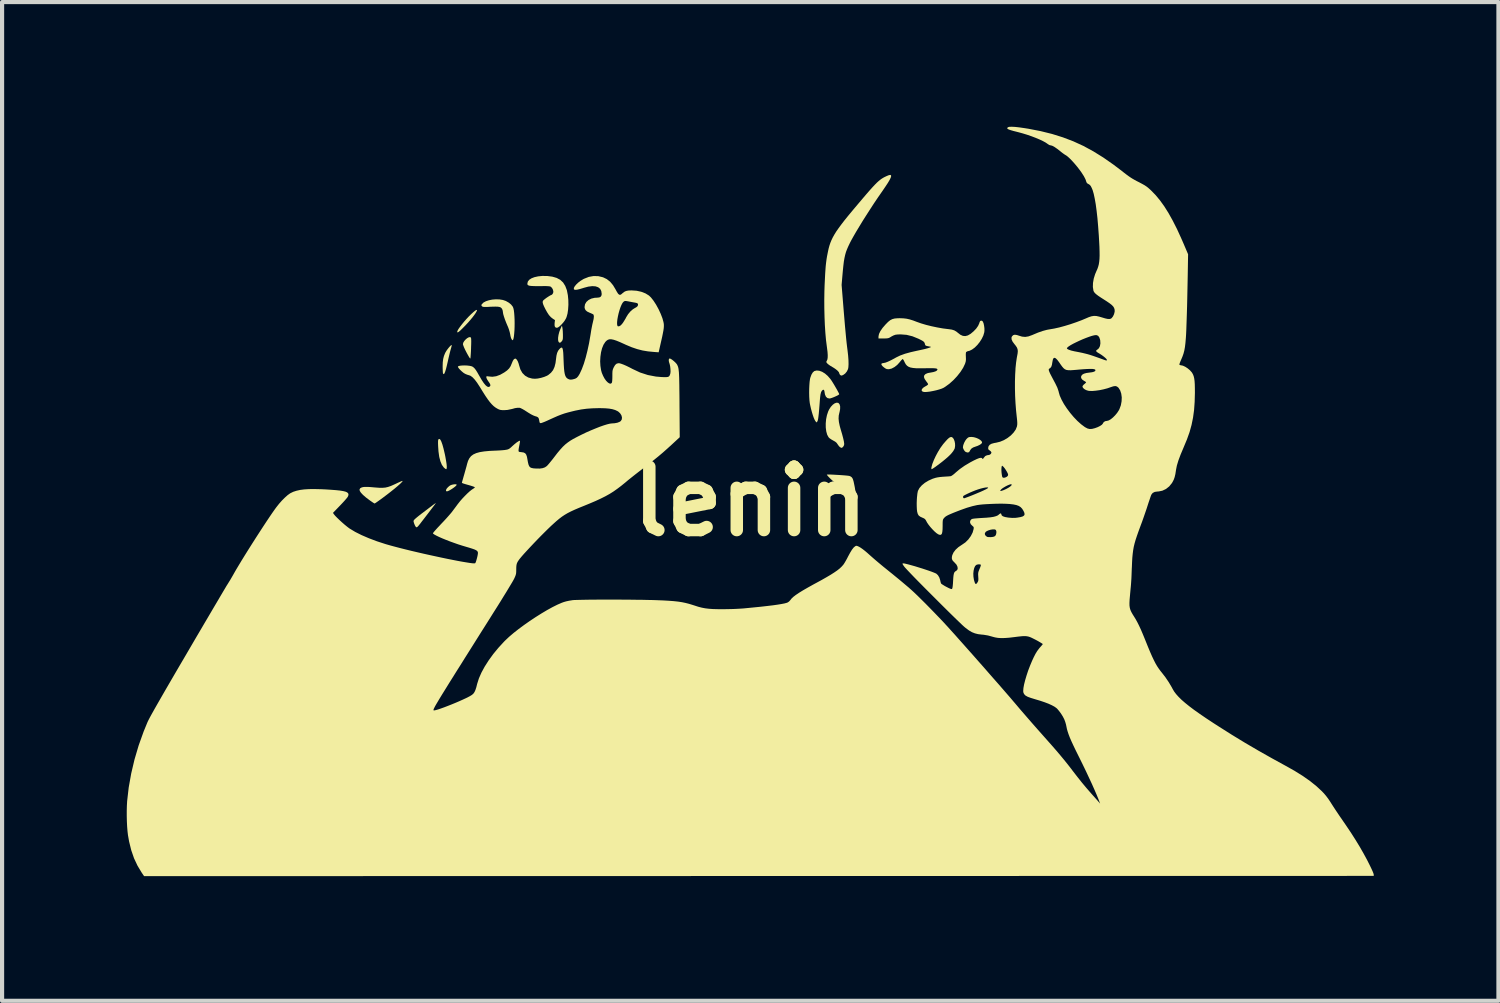
<source format=kicad_pcb>
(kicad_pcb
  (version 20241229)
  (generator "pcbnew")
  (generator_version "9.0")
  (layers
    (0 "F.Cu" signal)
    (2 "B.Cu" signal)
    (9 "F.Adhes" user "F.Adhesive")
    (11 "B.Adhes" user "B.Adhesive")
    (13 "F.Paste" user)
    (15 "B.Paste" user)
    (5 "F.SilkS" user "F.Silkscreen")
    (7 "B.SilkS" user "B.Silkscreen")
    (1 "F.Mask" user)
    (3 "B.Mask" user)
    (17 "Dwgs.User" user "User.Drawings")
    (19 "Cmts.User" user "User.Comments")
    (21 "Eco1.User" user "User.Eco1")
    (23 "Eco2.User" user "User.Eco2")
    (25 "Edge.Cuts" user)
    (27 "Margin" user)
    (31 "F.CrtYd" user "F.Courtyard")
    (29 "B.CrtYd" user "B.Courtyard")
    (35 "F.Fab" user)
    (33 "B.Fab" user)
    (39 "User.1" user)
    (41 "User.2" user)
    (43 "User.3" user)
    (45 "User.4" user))
  (footprint "lenin"
    (layer "F.Cu")
    (at 15.005 9.015)
    (property "Reference" "lenin" (at 0 0 0) (layer "F.SilkS") (effects (font (size 1.524 1.524) (thickness 0.3))))
    (attr board_only exclude_from_pos_files exclude_from_bom)
    (fp_poly (pts (xy -7.077 -0.41) (xy -7.066 -0.402) (xy -7.066 -0.401) (xy -7.076 -0.383) (xy -7.103 -0.357) (xy -7.142 -0.327) (xy -7.186 -0.297) (xy -7.231 -0.27) (xy -7.272 -0.25) (xy -7.288 -0.244) (xy -7.314 -0.243) (xy -7.324 -0.256) (xy -7.321 -0.28) (xy -7.303 -0.312) (xy -7.272 -0.346) (xy -7.236 -0.376) (xy -7.216 -0.388) (xy -7.181 -0.401) (xy -7.142 -0.409) (xy -7.105 -0.413)) (stroke (width 0) (type solid)) (fill yes) (layer "F.SilkS"))
    (fp_poly (pts (xy -4.523 -4.183) (xy -4.518 -4.148) (xy -4.513 -4.097) (xy -4.511 -4.039) (xy -4.51 -4.012) (xy -4.51 -3.954) (xy -4.512 -3.914) (xy -4.518 -3.887) (xy -4.528 -3.866) (xy -4.535 -3.856) (xy -4.565 -3.825) (xy -4.591 -3.818) (xy -4.612 -3.835) (xy -4.615 -3.84) (xy -4.626 -3.881) (xy -4.626 -3.938) (xy -4.616 -4.005) (xy -4.598 -4.077) (xy -4.577 -4.133) (xy -4.534 -4.232)) (stroke (width 0) (type solid)) (fill yes) (layer "F.SilkS"))
    (fp_poly (pts (xy -7.457 -1.482) (xy -7.434 -1.436) (xy -7.409 -1.366) (xy -7.383 -1.272) (xy -7.355 -1.153) (xy -7.341 -1.087) (xy -7.322 -0.981) (xy -7.309 -0.897) (xy -7.304 -0.834) (xy -7.307 -0.793) (xy -7.316 -0.776) (xy -7.32 -0.775) (xy -7.338 -0.784) (xy -7.364 -0.805) (xy -7.376 -0.816) (xy -7.422 -0.879) (xy -7.458 -0.965) (xy -7.486 -1.072) (xy -7.504 -1.202) (xy -7.512 -1.32) (xy -7.515 -1.388) (xy -7.515 -1.436) (xy -7.513 -1.467) (xy -7.509 -1.486) (xy -7.501 -1.497) (xy -7.499 -1.499) (xy -7.479 -1.503)) (stroke (width 0) (type solid)) (fill yes) (layer "F.SilkS"))
    (fp_poly (pts (xy -6.578 -4.596) (xy -6.588 -4.571) (xy -6.608 -4.536) (xy -6.638 -4.492) (xy -6.677 -4.44) (xy -6.725 -4.381) (xy -6.78 -4.317) (xy -6.842 -4.25) (xy -6.885 -4.205) (xy -6.944 -4.146) (xy -6.988 -4.104) (xy -7.019 -4.079) (xy -7.039 -4.067) (xy -7.05 -4.069) (xy -7.053 -4.083) (xy -7.053 -4.084) (xy -7.045 -4.109) (xy -7.022 -4.15) (xy -6.986 -4.201) (xy -6.94 -4.261) (xy -6.888 -4.325) (xy -6.831 -4.39) (xy -6.772 -4.453) (xy -6.721 -4.503) (xy -6.664 -4.555) (xy -6.623 -4.589) (xy -6.595 -4.606) (xy -6.58 -4.608)) (stroke (width 0) (type solid)) (fill yes) (layer "F.SilkS"))
    (fp_poly (pts (xy -6.73 -3.948) (xy -6.724 -3.939) (xy -6.719 -3.922) (xy -6.717 -3.894) (xy -6.716 -3.851) (xy -6.717 -3.79) (xy -6.72 -3.708) (xy -6.72 -3.69) (xy -6.723 -3.614) (xy -6.727 -3.547) (xy -6.731 -3.493) (xy -6.734 -3.455) (xy -6.738 -3.437) (xy -6.738 -3.437) (xy -6.747 -3.444) (xy -6.765 -3.469) (xy -6.789 -3.51) (xy -6.818 -3.562) (xy -6.832 -3.588) (xy -6.865 -3.653) (xy -6.891 -3.71) (xy -6.908 -3.755) (xy -6.916 -3.783) (xy -6.916 -3.785) (xy -6.907 -3.821) (xy -6.884 -3.859) (xy -6.852 -3.895) (xy -6.816 -3.926) (xy -6.779 -3.947) (xy -6.747 -3.954)) (stroke (width 0) (type solid)) (fill yes) (layer "F.SilkS"))
    (fp_poly (pts (xy 5.378 -1.545) (xy 5.434 -1.529) (xy 5.486 -1.507) (xy 5.53 -1.48) (xy 5.562 -1.451) (xy 5.575 -1.422) (xy 5.573 -1.408) (xy 5.554 -1.384) (xy 5.516 -1.359) (xy 5.465 -1.335) (xy 5.421 -1.32) (xy 5.361 -1.298) (xy 5.32 -1.271) (xy 5.292 -1.236) (xy 5.284 -1.219) (xy 5.263 -1.186) (xy 5.232 -1.176) (xy 5.19 -1.187) (xy 5.181 -1.191) (xy 5.157 -1.212) (xy 5.134 -1.247) (xy 5.118 -1.284) (xy 5.115 -1.303) (xy 5.123 -1.352) (xy 5.144 -1.409) (xy 5.173 -1.463) (xy 5.201 -1.501) (xy 5.23 -1.529) (xy 5.254 -1.544) (xy 5.283 -1.55) (xy 5.323 -1.551)) (stroke (width 0) (type solid)) (fill yes) (layer "F.SilkS"))
    (fp_poly (pts (xy -7.187 -3.764) (xy -7.186 -3.749) (xy -7.193 -3.718) (xy -7.205 -3.676) (xy -7.205 -3.676) (xy -7.216 -3.637) (xy -7.231 -3.579) (xy -7.248 -3.508) (xy -7.266 -3.432) (xy -7.278 -3.376) (xy -7.303 -3.268) (xy -7.324 -3.184) (xy -7.343 -3.123) (xy -7.359 -3.083) (xy -7.373 -3.064) (xy -7.385 -3.065) (xy -7.396 -3.084) (xy -7.399 -3.104) (xy -7.401 -3.143) (xy -7.403 -3.195) (xy -7.404 -3.25) (xy -7.401 -3.348) (xy -7.391 -3.428) (xy -7.373 -3.498) (xy -7.346 -3.566) (xy -7.334 -3.589) (xy -7.314 -3.623) (xy -7.287 -3.661) (xy -7.257 -3.699) (xy -7.228 -3.732) (xy -7.204 -3.755) (xy -7.189 -3.764)) (stroke (width 0) (type solid)) (fill yes) (layer "F.SilkS"))
    (fp_poly (pts (xy 4.841 -1.549) (xy 4.87 -1.533) (xy 4.895 -1.498) (xy 4.914 -1.449) (xy 4.925 -1.394) (xy 4.927 -1.336) (xy 4.919 -1.282) (xy 4.914 -1.267) (xy 4.883 -1.211) (xy 4.83 -1.145) (xy 4.756 -1.072) (xy 4.691 -1.016) (xy 4.629 -0.965) (xy 4.566 -0.916) (xy 4.506 -0.871) (xy 4.452 -0.831) (xy 4.408 -0.801) (xy 4.376 -0.781) (xy 4.362 -0.775) (xy 4.355 -0.786) (xy 4.357 -0.816) (xy 4.358 -0.821) (xy 4.379 -0.901) (xy 4.415 -0.993) (xy 4.461 -1.092) (xy 4.515 -1.192) (xy 4.573 -1.287) (xy 4.634 -1.371) (xy 4.652 -1.393) (xy 4.706 -1.455) (xy 4.747 -1.499) (xy 4.78 -1.528) (xy 4.806 -1.544) (xy 4.829 -1.549)) (stroke (width 0) (type solid)) (fill yes) (layer "F.SilkS"))
    (fp_poly (pts (xy -7.569 0.043) (xy -7.574 0.05) (xy -7.612 0.101) (xy -7.658 0.162) (xy -7.708 0.228) (xy -7.761 0.297) (xy -7.814 0.366) (xy -7.864 0.431) (xy -7.909 0.489) (xy -7.946 0.538) (xy -7.974 0.572) (xy -7.989 0.59) (xy -7.989 0.591) (xy -8.015 0.616) (xy -8.032 0.624) (xy -8.047 0.615) (xy -8.052 0.609) (xy -8.071 0.577) (xy -8.089 0.534) (xy -8.102 0.492) (xy -8.104 0.471) (xy -8.1 0.459) (xy -8.088 0.442) (xy -8.066 0.42) (xy -8.03 0.389) (xy -7.98 0.348) (xy -7.913 0.296) (xy -7.859 0.255) (xy -7.773 0.19) (xy -7.705 0.138) (xy -7.653 0.099) (xy -7.616 0.071) (xy -7.59 0.053) (xy -7.575 0.043) (xy -7.569 0.04)) (stroke (width 0) (type solid)) (fill yes) (layer "F.SilkS"))
    (fp_poly (pts (xy 1.942 -0.646) (xy 2.005 -0.643) (xy 2.075 -0.639) (xy 2.147 -0.635) (xy 2.217 -0.63) (xy 2.281 -0.625) (xy 2.333 -0.62) (xy 2.37 -0.615) (xy 2.386 -0.612) (xy 2.415 -0.599) (xy 2.438 -0.582) (xy 2.456 -0.559) (xy 2.471 -0.525) (xy 2.485 -0.476) (xy 2.499 -0.41) (xy 2.514 -0.335) (xy 2.522 -0.283) (xy 2.527 -0.243) (xy 2.528 -0.218) (xy 2.526 -0.213) (xy 2.515 -0.221) (xy 2.49 -0.245) (xy 2.457 -0.28) (xy 2.428 -0.312) (xy 2.374 -0.368) (xy 2.329 -0.405) (xy 2.287 -0.427) (xy 2.243 -0.435) (xy 2.192 -0.433) (xy 2.187 -0.432) (xy 2.129 -0.429) (xy 2.078 -0.439) (xy 2.028 -0.462) (xy 1.973 -0.503) (xy 1.927 -0.546) (xy 1.889 -0.584) (xy 1.86 -0.616) (xy 1.843 -0.638) (xy 1.841 -0.644) (xy 1.856 -0.647) (xy 1.891 -0.647)) (stroke (width 0) (type solid)) (fill yes) (layer "F.SilkS"))
    (fp_poly (pts (xy -8.368 -0.494) (xy -8.372 -0.48) (xy -8.395 -0.454) (xy -8.435 -0.415) (xy -8.492 -0.365) (xy -8.563 -0.305) (xy -8.592 -0.282) (xy -8.651 -0.235) (xy -8.715 -0.185) (xy -8.782 -0.134) (xy -8.847 -0.085) (xy -8.907 -0.041) (xy -8.96 -0.003) (xy -9.003 0.027) (xy -9.031 0.045) (xy -9.042 0.05) (xy -9.056 0.043) (xy -9.085 0.025) (xy -9.124 -0.002) (xy -9.15 -0.02) (xy -9.246 -0.092) (xy -9.319 -0.155) (xy -9.369 -0.208) (xy -9.398 -0.252) (xy -9.404 -0.288) (xy -9.388 -0.316) (xy -9.361 -0.332) (xy -9.334 -0.341) (xy -9.303 -0.347) (xy -9.262 -0.349) (xy -9.209 -0.349) (xy -9.139 -0.345) (xy -9.05 -0.337) (xy -9.026 -0.335) (xy -8.93 -0.328) (xy -8.851 -0.327) (xy -8.782 -0.333) (xy -8.717 -0.348) (xy -8.648 -0.372) (xy -8.569 -0.407) (xy -8.532 -0.424) (xy -8.475 -0.451) (xy -8.426 -0.473) (xy -8.39 -0.488) (xy -8.37 -0.494)) (stroke (width 0) (type solid)) (fill yes) (layer "F.SilkS"))
    (fp_poly (pts (xy 2.11 -2.372) (xy 2.121 -2.367) (xy 2.148 -2.334) (xy 2.161 -2.285) (xy 2.16 -2.221) (xy 2.146 -2.148) (xy 2.143 -2.138) (xy 2.127 -2.067) (xy 2.123 -1.993) (xy 2.131 -1.911) (xy 2.151 -1.815) (xy 2.175 -1.729) (xy 2.208 -1.618) (xy 2.233 -1.523) (xy 2.25 -1.448) (xy 2.258 -1.393) (xy 2.256 -1.359) (xy 2.256 -1.358) (xy 2.241 -1.326) (xy 2.218 -1.3) (xy 2.197 -1.288) (xy 2.196 -1.288) (xy 2.176 -1.295) (xy 2.155 -1.307) (xy 2.132 -1.33) (xy 2.107 -1.364) (xy 2.099 -1.376) (xy 2.075 -1.41) (xy 2.041 -1.438) (xy 1.991 -1.466) (xy 1.946 -1.492) (xy 1.906 -1.52) (xy 1.882 -1.544) (xy 1.849 -1.605) (xy 1.827 -1.684) (xy 1.815 -1.776) (xy 1.814 -1.875) (xy 1.823 -1.976) (xy 1.843 -2.074) (xy 1.873 -2.165) (xy 1.897 -2.215) (xy 1.936 -2.275) (xy 1.981 -2.324) (xy 2.027 -2.358) (xy 2.071 -2.375)) (stroke (width 0) (type solid)) (fill yes) (layer "F.SilkS"))
    (fp_poly (pts (xy -6.035 -4.86) (xy -5.954 -4.847) (xy -5.884 -4.823) (xy -5.815 -4.784) (xy -5.758 -4.738) (xy -5.718 -4.688) (xy -5.703 -4.653) (xy -5.691 -4.6) (xy -5.683 -4.534) (xy -5.677 -4.457) (xy -5.673 -4.373) (xy -5.672 -4.286) (xy -5.673 -4.199) (xy -5.676 -4.115) (xy -5.682 -4.039) (xy -5.689 -3.973) (xy -5.698 -3.922) (xy -5.709 -3.889) (xy -5.722 -3.877) (xy -5.722 -3.877) (xy -5.732 -3.886) (xy -5.747 -3.907) (xy -5.759 -3.935) (xy -5.771 -3.978) (xy -5.779 -4.023) (xy -5.791 -4.077) (xy -5.81 -4.141) (xy -5.833 -4.203) (xy -5.836 -4.208) (xy -5.873 -4.295) (xy -5.905 -4.377) (xy -5.929 -4.448) (xy -5.946 -4.506) (xy -5.953 -4.546) (xy -5.953 -4.55) (xy -5.959 -4.591) (xy -5.971 -4.626) (xy -5.987 -4.65) (xy -6.008 -4.668) (xy -6.038 -4.679) (xy -6.081 -4.686) (xy -6.14 -4.687) (xy -6.219 -4.685) (xy -6.251 -4.684) (xy -6.323 -4.68) (xy -6.375 -4.679) (xy -6.411 -4.68) (xy -6.434 -4.683) (xy -6.448 -4.689) (xy -6.458 -4.696) (xy -6.472 -4.715) (xy -6.468 -4.735) (xy -6.462 -4.744) (xy -6.423 -4.784) (xy -6.364 -4.816) (xy -6.291 -4.84) (xy -6.209 -4.856) (xy -6.122 -4.863)) (stroke (width 0) (type solid)) (fill yes) (layer "F.SilkS"))
    (fp_poly (pts (xy 1.658 -3.144) (xy 1.727 -3.119) (xy 1.797 -3.076) (xy 1.865 -3.016) (xy 1.929 -2.942) (xy 1.932 -2.937) (xy 1.956 -2.903) (xy 1.985 -2.857) (xy 2.018 -2.803) (xy 2.051 -2.746) (xy 2.083 -2.691) (xy 2.109 -2.642) (xy 2.129 -2.605) (xy 2.138 -2.582) (xy 2.139 -2.579) (xy 2.128 -2.568) (xy 2.099 -2.55) (xy 2.059 -2.531) (xy 2.014 -2.511) (xy 1.968 -2.493) (xy 1.93 -2.481) (xy 1.904 -2.476) (xy 1.855 -2.487) (xy 1.819 -2.519) (xy 1.796 -2.572) (xy 1.79 -2.604) (xy 1.782 -2.653) (xy 1.773 -2.68) (xy 1.761 -2.688) (xy 1.743 -2.682) (xy 1.741 -2.681) (xy 1.718 -2.659) (xy 1.7 -2.623) (xy 1.687 -2.57) (xy 1.678 -2.496) (xy 1.674 -2.451) (xy 1.664 -2.316) (xy 1.655 -2.205) (xy 1.647 -2.115) (xy 1.639 -2.045) (xy 1.632 -1.993) (xy 1.625 -1.958) (xy 1.62 -1.943) (xy 1.607 -1.915) (xy 1.597 -1.901) (xy 1.596 -1.901) (xy 1.585 -1.91) (xy 1.566 -1.931) (xy 1.564 -1.934) (xy 1.546 -1.966) (xy 1.524 -2.017) (xy 1.501 -2.083) (xy 1.479 -2.157) (xy 1.458 -2.235) (xy 1.441 -2.311) (xy 1.43 -2.366) (xy 1.422 -2.436) (xy 1.417 -2.52) (xy 1.415 -2.612) (xy 1.416 -2.706) (xy 1.42 -2.796) (xy 1.426 -2.877) (xy 1.435 -2.942) (xy 1.442 -2.973) (xy 1.469 -3.048) (xy 1.502 -3.103) (xy 1.538 -3.135) (xy 1.539 -3.136) (xy 1.595 -3.15)) (stroke (width 0) (type solid)) (fill yes) (layer "F.SilkS"))
    (fp_poly (pts (xy -4.897 -5.424) (xy -4.888 -5.424) (xy -4.765 -5.408) (xy -4.661 -5.378) (xy -4.575 -5.332) (xy -4.506 -5.268) (xy -4.454 -5.185) (xy -4.415 -5.083) (xy -4.391 -4.961) (xy -4.38 -4.846) (xy -4.378 -4.73) (xy -4.385 -4.62) (xy -4.399 -4.521) (xy -4.422 -4.437) (xy -4.437 -4.402) (xy -4.464 -4.355) (xy -4.501 -4.305) (xy -4.542 -4.259) (xy -4.584 -4.218) (xy -4.622 -4.19) (xy -4.652 -4.177) (xy -4.656 -4.177) (xy -4.689 -4.187) (xy -4.703 -4.204) (xy -4.711 -4.237) (xy -4.71 -4.288) (xy -4.709 -4.297) (xy -4.701 -4.363) (xy -4.75 -4.394) (xy -4.8 -4.433) (xy -4.846 -4.484) (xy -4.891 -4.553) (xy -4.932 -4.627) (xy -4.965 -4.694) (xy -4.986 -4.744) (xy -4.996 -4.781) (xy -4.996 -4.809) (xy -4.989 -4.828) (xy -4.974 -4.845) (xy -4.944 -4.87) (xy -4.905 -4.899) (xy -4.864 -4.926) (xy -4.827 -4.949) (xy -4.801 -4.963) (xy -4.793 -4.965) (xy -4.772 -4.976) (xy -4.752 -5.002) (xy -4.741 -5.034) (xy -4.74 -5.045) (xy -4.749 -5.092) (xy -4.772 -5.136) (xy -4.804 -5.167) (xy -4.806 -5.168) (xy -4.825 -5.174) (xy -4.859 -5.178) (xy -4.911 -5.181) (xy -4.984 -5.181) (xy -5.05 -5.18) (xy -5.132 -5.18) (xy -5.205 -5.181) (xy -5.265 -5.184) (xy -5.305 -5.188) (xy -5.315 -5.19) (xy -5.347 -5.201) (xy -5.362 -5.215) (xy -5.365 -5.24) (xy -5.365 -5.245) (xy -5.353 -5.292) (xy -5.319 -5.334) (xy -5.265 -5.369) (xy -5.194 -5.396) (xy -5.107 -5.415) (xy -5.008 -5.425)) (stroke (width 0) (type solid)) (fill yes) (layer "F.SilkS"))
    (fp_poly (pts (xy 3.385 -7.848) (xy 3.388 -7.826) (xy 3.377 -7.788) (xy 3.351 -7.735) (xy 3.309 -7.664) (xy 3.251 -7.576) (xy 3.179 -7.47) (xy 3.163 -7.447) (xy 3.072 -7.316) (xy 2.979 -7.178) (xy 2.886 -7.035) (xy 2.794 -6.892) (xy 2.705 -6.752) (xy 2.623 -6.617) (xy 2.547 -6.491) (xy 2.481 -6.377) (xy 2.426 -6.278) (xy 2.396 -6.22) (xy 2.359 -6.143) (xy 2.328 -6.072) (xy 2.302 -6.004) (xy 2.282 -5.934) (xy 2.265 -5.858) (xy 2.25 -5.772) (xy 2.238 -5.672) (xy 2.226 -5.554) (xy 2.218 -5.465) (xy 2.196 -5.209) (xy 2.231 -4.777) (xy 2.248 -4.566) (xy 2.264 -4.378) (xy 2.278 -4.211) (xy 2.292 -4.063) (xy 2.304 -3.933) (xy 2.316 -3.818) (xy 2.328 -3.717) (xy 2.339 -3.631) (xy 2.353 -3.507) (xy 2.361 -3.398) (xy 2.363 -3.304) (xy 2.359 -3.23) (xy 2.351 -3.186) (xy 2.324 -3.129) (xy 2.283 -3.078) (xy 2.238 -3.045) (xy 2.204 -3.03) (xy 2.182 -3.029) (xy 2.162 -3.043) (xy 2.158 -3.046) (xy 2.142 -3.072) (xy 2.139 -3.089) (xy 2.128 -3.112) (xy 2.1 -3.144) (xy 2.058 -3.179) (xy 2.007 -3.214) (xy 1.962 -3.241) (xy 1.917 -3.268) (xy 1.877 -3.297) (xy 1.856 -3.315) (xy 1.834 -3.34) (xy 1.828 -3.357) (xy 1.835 -3.377) (xy 1.842 -3.388) (xy 1.855 -3.42) (xy 1.861 -3.463) (xy 1.862 -3.521) (xy 1.857 -3.597) (xy 1.845 -3.693) (xy 1.839 -3.739) (xy 1.82 -3.888) (xy 1.805 -4.057) (xy 1.793 -4.242) (xy 1.785 -4.439) (xy 1.78 -4.644) (xy 1.779 -4.851) (xy 1.782 -5.056) (xy 1.787 -5.204) (xy 1.794 -5.347) (xy 1.8 -5.47) (xy 1.807 -5.574) (xy 1.814 -5.666) (xy 1.823 -5.747) (xy 1.833 -5.823) (xy 1.845 -5.897) (xy 1.852 -5.932) (xy 1.868 -6.012) (xy 1.884 -6.086) (xy 1.903 -6.155) (xy 1.925 -6.221) (xy 1.952 -6.287) (xy 1.984 -6.353) (xy 2.023 -6.423) (xy 2.069 -6.497) (xy 2.125 -6.577) (xy 2.19 -6.665) (xy 2.266 -6.764) (xy 2.355 -6.874) (xy 2.457 -6.997) (xy 2.574 -7.136) (xy 2.694 -7.278) (xy 2.787 -7.387) (xy 2.866 -7.478) (xy 2.934 -7.554) (xy 2.992 -7.616) (xy 3.042 -7.667) (xy 3.086 -7.707) (xy 3.126 -7.74) (xy 3.164 -7.767) (xy 3.202 -7.79) (xy 3.222 -7.801) (xy 3.285 -7.831) (xy 3.333 -7.85) (xy 3.366 -7.856)) (stroke (width 0) (type solid)) (fill yes) (layer "F.SilkS"))
    (fp_poly (pts (xy 3.682 -4.405) (xy 3.76 -4.396) (xy 3.835 -4.379) (xy 3.918 -4.353) (xy 4.005 -4.32) (xy 4.107 -4.284) (xy 4.228 -4.248) (xy 4.361 -4.215) (xy 4.498 -4.186) (xy 4.634 -4.162) (xy 4.761 -4.146) (xy 4.771 -4.145) (xy 4.847 -4.134) (xy 4.906 -4.116) (xy 4.956 -4.087) (xy 4.991 -4.059) (xy 5.054 -4.01) (xy 5.114 -3.983) (xy 5.173 -3.978) (xy 5.234 -3.994) (xy 5.301 -4.033) (xy 5.37 -4.091) (xy 5.433 -4.156) (xy 5.48 -4.223) (xy 5.509 -4.287) (xy 5.514 -4.306) (xy 5.529 -4.339) (xy 5.553 -4.351) (xy 5.58 -4.342) (xy 5.595 -4.325) (xy 5.612 -4.285) (xy 5.624 -4.23) (xy 5.632 -4.168) (xy 5.633 -4.107) (xy 5.628 -4.066) (xy 5.606 -3.991) (xy 5.568 -3.912) (xy 5.519 -3.835) (xy 5.462 -3.764) (xy 5.4 -3.702) (xy 5.336 -3.655) (xy 5.276 -3.625) (xy 5.25 -3.619) (xy 5.216 -3.609) (xy 5.193 -3.593) (xy 5.19 -3.59) (xy 5.186 -3.568) (xy 5.184 -3.528) (xy 5.186 -3.481) (xy 5.186 -3.476) (xy 5.188 -3.419) (xy 5.184 -3.374) (xy 5.172 -3.33) (xy 5.165 -3.31) (xy 5.12 -3.215) (xy 5.055 -3.114) (xy 4.976 -3.014) (xy 4.886 -2.918) (xy 4.789 -2.831) (xy 4.69 -2.759) (xy 4.652 -2.735) (xy 4.606 -2.714) (xy 4.543 -2.693) (xy 4.47 -2.673) (xy 4.392 -2.656) (xy 4.316 -2.642) (xy 4.247 -2.634) (xy 4.193 -2.632) (xy 4.169 -2.635) (xy 4.134 -2.649) (xy 4.121 -2.672) (xy 4.128 -2.7) (xy 4.155 -2.732) (xy 4.201 -2.763) (xy 4.215 -2.77) (xy 4.249 -2.79) (xy 4.272 -2.809) (xy 4.277 -2.819) (xy 4.27 -2.838) (xy 4.25 -2.867) (xy 4.233 -2.889) (xy 4.194 -2.946) (xy 4.177 -2.994) (xy 4.185 -3.034) (xy 4.215 -3.065) (xy 4.27 -3.088) (xy 4.335 -3.1) (xy 4.401 -3.112) (xy 4.453 -3.128) (xy 4.488 -3.148) (xy 4.502 -3.169) (xy 4.502 -3.171) (xy 4.499 -3.184) (xy 4.486 -3.194) (xy 4.462 -3.2) (xy 4.423 -3.204) (xy 4.367 -3.206) (xy 4.291 -3.206) (xy 4.203 -3.204) (xy 4.085 -3.203) (xy 3.99 -3.204) (xy 3.914 -3.211) (xy 3.853 -3.222) (xy 3.807 -3.24) (xy 3.77 -3.265) (xy 3.741 -3.298) (xy 3.717 -3.34) (xy 3.708 -3.36) (xy 3.69 -3.396) (xy 3.674 -3.42) (xy 3.666 -3.427) (xy 3.653 -3.417) (xy 3.629 -3.393) (xy 3.6 -3.358) (xy 3.594 -3.35) (xy 3.534 -3.284) (xy 3.469 -3.233) (xy 3.401 -3.197) (xy 3.336 -3.181) (xy 3.287 -3.183) (xy 3.254 -3.197) (xy 3.218 -3.222) (xy 3.184 -3.251) (xy 3.16 -3.28) (xy 3.152 -3.301) (xy 3.158 -3.317) (xy 3.181 -3.326) (xy 3.207 -3.33) (xy 3.251 -3.339) (xy 3.308 -3.361) (xy 3.379 -3.394) (xy 3.468 -3.441) (xy 3.508 -3.464) (xy 3.603 -3.51) (xy 3.721 -3.553) (xy 3.859 -3.591) (xy 3.986 -3.62) (xy 4.107 -3.646) (xy 4.204 -3.668) (xy 4.278 -3.688) (xy 4.324 -3.704) (xy 4.342 -3.712) (xy 4.344 -3.718) (xy 4.328 -3.724) (xy 4.29 -3.731) (xy 4.284 -3.732) (xy 4.242 -3.741) (xy 4.219 -3.75) (xy 4.207 -3.764) (xy 4.201 -3.787) (xy 4.193 -3.813) (xy 4.18 -3.834) (xy 4.157 -3.855) (xy 4.12 -3.877) (xy 4.064 -3.905) (xy 4.046 -3.914) (xy 3.901 -3.973) (xy 3.759 -4.008) (xy 3.617 -4.019) (xy 3.614 -4.019) (xy 3.547 -4.017) (xy 3.495 -4.011) (xy 3.45 -3.996) (xy 3.402 -3.972) (xy 3.364 -3.949) (xy 3.339 -3.935) (xy 3.312 -3.927) (xy 3.276 -3.922) (xy 3.224 -3.921) (xy 3.202 -3.921) (xy 3.083 -3.921) (xy 3.084 -3.973) (xy 3.096 -4.03) (xy 3.129 -4.098) (xy 3.182 -4.175) (xy 3.255 -4.259) (xy 3.256 -4.26) (xy 3.314 -4.319) (xy 3.365 -4.36) (xy 3.416 -4.386) (xy 3.473 -4.401) (xy 3.542 -4.407) (xy 3.596 -4.408)) (stroke (width 0) (type solid)) (fill yes) (layer "F.SilkS"))
    (fp_poly (pts (xy 6.372 -9.011) (xy 6.471 -9) (xy 6.59 -8.983) (xy 6.691 -8.967) (xy 6.984 -8.91) (xy 7.259 -8.842) (xy 7.521 -8.76) (xy 7.771 -8.665) (xy 8.015 -8.553) (xy 8.254 -8.423) (xy 8.494 -8.274) (xy 8.736 -8.105) (xy 8.909 -7.974) (xy 8.987 -7.913) (xy 9.051 -7.864) (xy 9.104 -7.825) (xy 9.151 -7.793) (xy 9.197 -7.764) (xy 9.246 -7.736) (xy 9.303 -7.705) (xy 9.359 -7.677) (xy 9.432 -7.638) (xy 9.489 -7.606) (xy 9.535 -7.575) (xy 9.579 -7.54) (xy 9.625 -7.499) (xy 9.645 -7.48) (xy 9.753 -7.369) (xy 9.858 -7.242) (xy 9.961 -7.099) (xy 10.062 -6.938) (xy 10.163 -6.757) (xy 10.265 -6.556) (xy 10.368 -6.331) (xy 10.424 -6.203) (xy 10.533 -5.947) (xy 10.525 -5.465) (xy 10.521 -5.266) (xy 10.517 -5.072) (xy 10.513 -4.883) (xy 10.509 -4.704) (xy 10.504 -4.536) (xy 10.499 -4.382) (xy 10.494 -4.242) (xy 10.49 -4.121) (xy 10.485 -4.02) (xy 10.48 -3.941) (xy 10.479 -3.928) (xy 10.469 -3.81) (xy 10.457 -3.712) (xy 10.442 -3.629) (xy 10.422 -3.554) (xy 10.397 -3.483) (xy 10.372 -3.424) (xy 10.35 -3.373) (xy 10.333 -3.33) (xy 10.324 -3.3) (xy 10.324 -3.289) (xy 10.341 -3.279) (xy 10.359 -3.276) (xy 10.407 -3.266) (xy 10.464 -3.24) (xy 10.522 -3.202) (xy 10.576 -3.157) (xy 10.62 -3.108) (xy 10.635 -3.085) (xy 10.655 -3.047) (xy 10.67 -3.005) (xy 10.681 -2.956) (xy 10.689 -2.897) (xy 10.694 -2.823) (xy 10.696 -2.732) (xy 10.697 -2.62) (xy 10.697 -2.608) (xy 10.691 -2.393) (xy 10.677 -2.198) (xy 10.652 -2.015) (xy 10.616 -1.839) (xy 10.568 -1.666) (xy 10.505 -1.49) (xy 10.428 -1.305) (xy 10.421 -1.288) (xy 10.353 -1.127) (xy 10.3 -0.985) (xy 10.263 -0.862) (xy 10.242 -0.756) (xy 10.241 -0.747) (xy 10.227 -0.657) (xy 10.21 -0.585) (xy 10.189 -0.525) (xy 10.161 -0.47) (xy 10.144 -0.441) (xy 10.079 -0.361) (xy 10.001 -0.299) (xy 9.915 -0.258) (xy 9.823 -0.239) (xy 9.796 -0.238) (xy 9.732 -0.229) (xy 9.682 -0.204) (xy 9.651 -0.165) (xy 9.641 -0.143) (xy 9.626 -0.101) (xy 9.607 -0.044) (xy 9.584 0.023) (xy 9.561 0.094) (xy 9.534 0.178) (xy 9.5 0.277) (xy 9.463 0.384) (xy 9.426 0.489) (xy 9.39 0.585) (xy 9.389 0.588) (xy 9.341 0.718) (xy 9.302 0.829) (xy 9.27 0.926) (xy 9.245 1.013) (xy 9.225 1.096) (xy 9.211 1.177) (xy 9.2 1.263) (xy 9.191 1.357) (xy 9.185 1.465) (xy 9.18 1.589) (xy 9.179 1.597) (xy 9.175 1.7) (xy 9.172 1.783) (xy 9.169 1.853) (xy 9.165 1.915) (xy 9.161 1.974) (xy 9.156 2.037) (xy 9.149 2.108) (xy 9.141 2.195) (xy 9.135 2.262) (xy 9.126 2.362) (xy 9.122 2.442) (xy 9.123 2.507) (xy 9.131 2.563) (xy 9.146 2.614) (xy 9.17 2.666) (xy 9.203 2.724) (xy 9.228 2.763) (xy 9.271 2.833) (xy 9.312 2.907) (xy 9.353 2.989) (xy 9.397 3.084) (xy 9.444 3.194) (xy 9.497 3.323) (xy 9.511 3.358) (xy 9.569 3.502) (xy 9.62 3.624) (xy 9.666 3.729) (xy 9.709 3.819) (xy 9.748 3.896) (xy 9.787 3.963) (xy 9.827 4.023) (xy 9.868 4.079) (xy 9.906 4.126) (xy 9.987 4.231) (xy 10.067 4.349) (xy 10.14 4.472) (xy 10.162 4.514) (xy 10.198 4.575) (xy 10.245 4.637) (xy 10.304 4.703) (xy 10.375 4.773) (xy 10.461 4.848) (xy 10.563 4.93) (xy 10.681 5.019) (xy 10.817 5.115) (xy 10.972 5.221) (xy 11.148 5.337) (xy 11.285 5.425) (xy 11.595 5.621) (xy 11.907 5.811) (xy 12.225 5.997) (xy 12.556 6.184) (xy 12.871 6.357) (xy 13.094 6.482) (xy 13.293 6.606) (xy 13.468 6.729) (xy 13.621 6.852) (xy 13.744 6.966) (xy 13.802 7.026) (xy 13.853 7.086) (xy 13.903 7.152) (xy 13.956 7.231) (xy 13.978 7.266) (xy 14.026 7.341) (xy 14.079 7.422) (xy 14.132 7.501) (xy 14.179 7.571) (xy 14.193 7.591) (xy 14.33 7.79) (xy 14.453 7.973) (xy 14.562 8.144) (xy 14.662 8.308) (xy 14.753 8.467) (xy 14.839 8.625) (xy 14.895 8.736) (xy 14.928 8.803) (xy 14.957 8.865) (xy 14.98 8.917) (xy 14.994 8.955) (xy 14.999 8.973) (xy 15.001 9.011) (xy 0.206 9.014) (xy -14.588 9.017) (xy -14.646 8.932) (xy -14.746 8.766) (xy -14.83 8.587) (xy -14.897 8.393) (xy -14.949 8.182) (xy -14.976 8.029) (xy -14.987 7.935) (xy -14.996 7.823) (xy -15.002 7.699) (xy -15.005 7.57) (xy -15.005 7.443) (xy -15.002 7.323) (xy -14.996 7.217) (xy -14.996 7.214) (xy -14.958 6.884) (xy -14.898 6.547) (xy -14.818 6.208) (xy -14.718 5.87) (xy -14.599 5.538) (xy -14.51 5.321) (xy -14.497 5.292) (xy -14.477 5.252) (xy -14.451 5.202) (xy -14.418 5.141) (xy -14.377 5.068) (xy -14.329 4.982) (xy -14.272 4.882) (xy -14.206 4.767) (xy -14.131 4.636) (xy -14.046 4.489) (xy -13.95 4.324) (xy -13.843 4.14) (xy -13.725 3.938) (xy -13.594 3.715) (xy -13.528 3.602) (xy -13.421 3.419) (xy -13.317 3.241) (xy -13.216 3.07) (xy -13.12 2.906) (xy -13.029 2.752) (xy -12.944 2.607) (xy -12.866 2.475) (xy -12.795 2.355) (xy -12.733 2.249) (xy -12.679 2.158) (xy -12.635 2.084) (xy -12.602 2.028) (xy -12.579 1.992) (xy -12.569 1.976) (xy -12.547 1.94) (xy -12.515 1.889) (xy -12.479 1.827) (xy -12.441 1.761) (xy -12.425 1.732) (xy -12.374 1.643) (xy -12.311 1.538) (xy -12.24 1.42) (xy -12.161 1.292) (xy -12.076 1.156) (xy -11.988 1.017) (xy -11.899 0.877) (xy -11.809 0.738) (xy -11.722 0.604) (xy -11.639 0.478) (xy -11.562 0.363) (xy -11.493 0.262) (xy -11.433 0.177) (xy -11.404 0.138) (xy -11.34 0.057) (xy -11.271 -0.021) (xy -11.201 -0.091) (xy -11.135 -0.15) (xy -11.077 -0.192) (xy -11.066 -0.198) (xy -10.999 -0.231) (xy -10.922 -0.256) (xy -10.834 -0.276) (xy -10.732 -0.289) (xy -10.613 -0.296) (xy -10.476 -0.297) (xy -10.318 -0.293) (xy -10.23 -0.289) (xy -10.089 -0.28) (xy -9.971 -0.271) (xy -9.875 -0.261) (xy -9.8 -0.249) (xy -9.743 -0.235) (xy -9.704 -0.218) (xy -9.68 -0.197) (xy -9.67 -0.173) (xy -9.673 -0.145) (xy -9.686 -0.113) (xy -9.701 -0.091) (xy -9.731 -0.055) (xy -9.771 -0.009) (xy -9.82 0.044) (xy -9.874 0.101) (xy -9.875 0.102) (xy -10.043 0.276) (xy -10.019 0.311) (xy -9.989 0.347) (xy -9.944 0.393) (xy -9.888 0.447) (xy -9.827 0.503) (xy -9.764 0.558) (xy -9.704 0.607) (xy -9.653 0.646) (xy -9.639 0.655) (xy -9.508 0.734) (xy -9.354 0.811) (xy -9.18 0.886) (xy -8.987 0.959) (xy -8.778 1.027) (xy -8.761 1.032) (xy -8.663 1.06) (xy -8.552 1.09) (xy -8.43 1.122) (xy -8.299 1.155) (xy -8.16 1.189) (xy -8.015 1.223) (xy -7.868 1.257) (xy -7.72 1.29) (xy -7.573 1.322) (xy -7.429 1.353) (xy -7.29 1.382) (xy -7.159 1.408) (xy -7.037 1.432) (xy -6.927 1.452) (xy -6.83 1.468) (xy -6.749 1.481) (xy -6.686 1.489) (xy -6.643 1.491) (xy -6.622 1.488) (xy -6.622 1.488) (xy -6.61 1.469) (xy -6.597 1.432) (xy -6.583 1.384) (xy -6.57 1.333) (xy -6.56 1.285) (xy -6.555 1.247) (xy -6.555 1.232) (xy -6.561 1.211) (xy -6.574 1.192) (xy -6.598 1.175) (xy -6.635 1.157) (xy -6.689 1.138) (xy -6.762 1.115) (xy -6.83 1.095) (xy -6.927 1.066) (xy -7.028 1.034) (xy -7.13 0.998) (xy -7.23 0.962) (xy -7.325 0.925) (xy -7.413 0.889) (xy -7.49 0.855) (xy -7.554 0.824) (xy -7.602 0.798) (xy -7.631 0.777) (xy -7.638 0.768) (xy -7.631 0.755) (xy -7.609 0.727) (xy -7.574 0.687) (xy -7.529 0.637) (xy -7.475 0.58) (xy -7.443 0.545) (xy -7.38 0.479) (xy -7.319 0.413) (xy -7.263 0.35) (xy -7.216 0.296) (xy -7.181 0.254) (xy -7.173 0.243) (xy -7.131 0.187) (xy -7.083 0.123) (xy -7.039 0.063) (xy -7.032 0.055) (xy -6.985 -0.005) (xy -6.929 -0.069) (xy -6.869 -0.132) (xy -6.809 -0.192) (xy -6.753 -0.243) (xy -6.706 -0.28) (xy -6.685 -0.294) (xy -6.653 -0.315) (xy -6.633 -0.332) (xy -6.628 -0.338) (xy -6.635 -0.345) (xy -6.655 -0.354) (xy -6.692 -0.367) (xy -6.747 -0.384) (xy -6.824 -0.406) (xy -6.869 -0.419) (xy -6.907 -0.431) (xy -6.933 -0.442) (xy -6.941 -0.448) (xy -6.938 -0.463) (xy -6.928 -0.498) (xy -6.914 -0.547) (xy -6.897 -0.608) (xy -6.886 -0.645) (xy -6.866 -0.716) (xy -6.847 -0.784) (xy -6.83 -0.844) (xy -6.819 -0.888) (xy -6.816 -0.9) (xy -6.793 -0.975) (xy -6.762 -1.037) (xy -6.721 -1.089) (xy -6.666 -1.13) (xy -6.596 -1.162) (xy -6.51 -1.186) (xy -6.404 -1.203) (xy -6.277 -1.215) (xy -6.176 -1.22) (xy -6.1 -1.223) (xy -6.025 -1.227) (xy -5.959 -1.232) (xy -5.908 -1.237) (xy -5.891 -1.24) (xy -5.85 -1.247) (xy -5.819 -1.258) (xy -5.79 -1.275) (xy -5.755 -1.304) (xy -5.731 -1.327) (xy -5.678 -1.374) (xy -5.629 -1.414) (xy -5.588 -1.442) (xy -5.559 -1.458) (xy -5.544 -1.459) (xy -5.543 -1.444) (xy -5.547 -1.411) (xy -5.555 -1.367) (xy -5.557 -1.357) (xy -5.567 -1.306) (xy -5.575 -1.26) (xy -5.578 -1.229) (xy -5.578 -1.227) (xy -5.576 -1.207) (xy -5.568 -1.195) (xy -5.546 -1.189) (xy -5.507 -1.185) (xy -5.455 -1.177) (xy -5.418 -1.158) (xy -5.393 -1.125) (xy -5.375 -1.073) (xy -5.366 -1.023) (xy -5.352 -0.944) (xy -5.338 -0.886) (xy -5.32 -0.845) (xy -5.296 -0.819) (xy -5.262 -0.804) (xy -5.214 -0.795) (xy -5.155 -0.791) (xy -5.067 -0.79) (xy -4.998 -0.8) (xy -4.942 -0.82) (xy -4.897 -0.851) (xy -4.875 -0.874) (xy -4.842 -0.912) (xy -4.801 -0.962) (xy -4.755 -1.019) (xy -4.719 -1.066) (xy -4.642 -1.166) (xy -4.574 -1.247) (xy -4.513 -1.314) (xy -4.454 -1.37) (xy -4.395 -1.417) (xy -4.332 -1.461) (xy -4.265 -1.501) (xy -4.165 -1.554) (xy -4.057 -1.608) (xy -3.947 -1.661) (xy -3.835 -1.71) (xy -3.726 -1.755) (xy -3.623 -1.796) (xy -3.529 -1.829) (xy -3.448 -1.854) (xy -3.382 -1.87) (xy -3.337 -1.876) (xy -3.266 -1.881) (xy -3.201 -1.893) (xy -3.149 -1.913) (xy -3.118 -1.933) (xy -3.093 -1.974) (xy -3.089 -2.022) (xy -3.103 -2.073) (xy -3.134 -2.121) (xy -3.18 -2.163) (xy -3.196 -2.172) (xy -3.252 -2.199) (xy -3.319 -2.219) (xy -3.398 -2.233) (xy -3.494 -2.241) (xy -3.61 -2.244) (xy -3.652 -2.244) (xy -3.802 -2.24) (xy -3.939 -2.23) (xy -4.073 -2.212) (xy -4.214 -2.184) (xy -4.296 -2.164) (xy -4.39 -2.14) (xy -4.474 -2.116) (xy -4.554 -2.088) (xy -4.638 -2.055) (xy -4.731 -2.014) (xy -4.82 -1.974) (xy -4.885 -1.944) (xy -4.944 -1.918) (xy -4.993 -1.899) (xy -5.027 -1.887) (xy -5.038 -1.884) (xy -5.058 -1.885) (xy -5.069 -1.896) (xy -5.076 -1.923) (xy -5.079 -1.942) (xy -5.089 -1.99) (xy -5.106 -2.02) (xy -5.135 -2.038) (xy -5.178 -2.051) (xy -5.22 -2.067) (xy -5.278 -2.096) (xy -5.347 -2.138) (xy -5.378 -2.158) (xy -5.434 -2.194) (xy -5.484 -2.223) (xy -5.524 -2.243) (xy -5.549 -2.252) (xy -5.551 -2.252) (xy -5.608 -2.252) (xy -5.663 -2.244) (xy -5.727 -2.226) (xy -5.74 -2.223) (xy -5.844 -2.201) (xy -5.922 -2.196) (xy -5.976 -2.197) (xy -6.016 -2.202) (xy -6.05 -2.213) (xy -6.088 -2.232) (xy -6.09 -2.233) (xy -6.134 -2.26) (xy -6.178 -2.294) (xy -6.222 -2.337) (xy -6.268 -2.39) (xy -6.318 -2.456) (xy -6.374 -2.538) (xy -6.437 -2.637) (xy -6.51 -2.756) (xy -6.516 -2.765) (xy -6.575 -2.856) (xy -6.631 -2.93) (xy -6.684 -2.986) (xy -6.731 -3.021) (xy -6.763 -3.034) (xy -6.802 -3.045) (xy -6.848 -3.063) (xy -6.87 -3.074) (xy -6.906 -3.097) (xy -6.944 -3.129) (xy -6.981 -3.164) (xy -7.012 -3.198) (xy -7.032 -3.227) (xy -7.037 -3.244) (xy -7.021 -3.256) (xy -6.986 -3.265) (xy -6.937 -3.27) (xy -6.88 -3.272) (xy -6.821 -3.27) (xy -6.765 -3.264) (xy -6.718 -3.255) (xy -6.69 -3.245) (xy -6.662 -3.226) (xy -6.634 -3.199) (xy -6.604 -3.16) (xy -6.569 -3.104) (xy -6.527 -3.03) (xy -6.524 -3.025) (xy -6.466 -2.925) (xy -6.415 -2.848) (xy -6.37 -2.794) (xy -6.331 -2.762) (xy -6.297 -2.753) (xy -6.271 -2.764) (xy -6.256 -2.784) (xy -6.257 -2.809) (xy -6.273 -2.844) (xy -6.303 -2.887) (xy -6.329 -2.927) (xy -6.347 -2.963) (xy -6.353 -2.986) (xy -6.352 -3.005) (xy -6.342 -3.012) (xy -6.318 -3.01) (xy -6.3 -3.007) (xy -6.207 -2.999) (xy -6.115 -3.012) (xy -6.02 -3.047) (xy -5.921 -3.103) (xy -5.854 -3.151) (xy -5.804 -3.2) (xy -5.769 -3.253) (xy -5.741 -3.319) (xy -5.739 -3.324) (xy -5.715 -3.382) (xy -5.689 -3.421) (xy -5.662 -3.436) (xy -5.647 -3.435) (xy -5.622 -3.414) (xy -5.597 -3.373) (xy -5.576 -3.318) (xy -5.565 -3.277) (xy -5.533 -3.174) (xy -5.485 -3.09) (xy -5.421 -3.026) (xy -5.343 -2.981) (xy -5.251 -2.956) (xy -5.184 -2.951) (xy -5.114 -2.957) (xy -5.036 -2.973) (xy -4.96 -2.996) (xy -4.893 -3.024) (xy -4.862 -3.042) (xy -4.797 -3.096) (xy -4.747 -3.159) (xy -4.712 -3.236) (xy -4.688 -3.33) (xy -4.677 -3.416) (xy -4.666 -3.504) (xy -4.65 -3.571) (xy -4.626 -3.624) (xy -4.594 -3.666) (xy -4.593 -3.667) (xy -4.567 -3.691) (xy -4.546 -3.702) (xy -4.53 -3.698) (xy -4.518 -3.677) (xy -4.509 -3.638) (xy -4.502 -3.578) (xy -4.498 -3.497) (xy -4.495 -3.418) (xy -4.49 -3.299) (xy -4.484 -3.202) (xy -4.476 -3.125) (xy -4.465 -3.065) (xy -4.451 -3.02) (xy -4.433 -2.987) (xy -4.41 -2.963) (xy -4.382 -2.945) (xy -4.381 -2.945) (xy -4.35 -2.933) (xy -4.32 -2.93) (xy -4.279 -2.935) (xy -4.267 -2.938) (xy -4.216 -2.952) (xy -4.177 -2.974) (xy -4.144 -3.01) (xy -4.111 -3.063) (xy -4.105 -3.074) (xy -4.055 -3.182) (xy -4.007 -3.311) (xy -3.962 -3.46) (xy -3.92 -3.626) (xy -3.881 -3.806) (xy -3.848 -3.997) (xy -3.839 -4.052) (xy -3.828 -4.124) (xy -3.814 -4.197) (xy -3.801 -4.262) (xy -3.8 -4.266) (xy -3.207 -4.266) (xy -3.2 -4.23) (xy -3.19 -4.215) (xy -3.162 -4.212) (xy -3.128 -4.229) (xy -3.09 -4.266) (xy -3.061 -4.305) (xy -3.031 -4.353) (xy -3 -4.405) (xy -2.986 -4.433) (xy -2.942 -4.504) (xy -2.888 -4.569) (xy -2.829 -4.621) (xy -2.79 -4.646) (xy -2.741 -4.674) (xy -2.713 -4.699) (xy -2.703 -4.726) (xy -2.703 -4.742) (xy -2.711 -4.762) (xy -2.731 -4.773) (xy -2.764 -4.781) (xy -2.804 -4.788) (xy -2.858 -4.798) (xy -2.915 -4.809) (xy -2.919 -4.81) (xy -2.969 -4.819) (xy -3.001 -4.823) (xy -3.022 -4.821) (xy -3.038 -4.814) (xy -3.05 -4.805) (xy -3.075 -4.777) (xy -3.1 -4.731) (xy -3.125 -4.672) (xy -3.148 -4.603) (xy -3.169 -4.529) (xy -3.186 -4.454) (xy -3.199 -4.383) (xy -3.206 -4.318) (xy -3.207 -4.266) (xy -3.8 -4.266) (xy -3.789 -4.311) (xy -3.789 -4.312) (xy -3.771 -4.39) (xy -3.765 -4.449) (xy -3.771 -4.487) (xy -3.78 -4.5) (xy -3.8 -4.511) (xy -3.835 -4.527) (xy -3.867 -4.54) (xy -3.929 -4.57) (xy -3.968 -4.606) (xy -3.987 -4.652) (xy -3.989 -4.68) (xy -3.978 -4.744) (xy -3.945 -4.8) (xy -3.893 -4.846) (xy -3.826 -4.88) (xy -3.747 -4.899) (xy -3.69 -4.902) (xy -3.634 -4.908) (xy -3.598 -4.928) (xy -3.58 -4.962) (xy -3.577 -4.994) (xy -3.587 -5.063) (xy -3.615 -5.116) (xy -3.662 -5.153) (xy -3.725 -5.175) (xy -3.805 -5.18) (xy -3.9 -5.168) (xy -4.009 -5.139) (xy -4.019 -5.135) (xy -4.106 -5.109) (xy -4.171 -5.094) (xy -4.216 -5.091) (xy -4.242 -5.1) (xy -4.247 -5.108) (xy -4.246 -5.137) (xy -4.226 -5.175) (xy -4.19 -5.219) (xy -4.143 -5.264) (xy -4.086 -5.307) (xy -4.023 -5.346) (xy -4.002 -5.357) (xy -3.888 -5.402) (xy -3.772 -5.423) (xy -3.659 -5.42) (xy -3.65 -5.418) (xy -3.545 -5.393) (xy -3.454 -5.349) (xy -3.374 -5.286) (xy -3.304 -5.202) (xy -3.245 -5.104) (xy -3.21 -5.04) (xy -3.182 -4.997) (xy -3.157 -4.975) (xy -3.132 -4.97) (xy -3.106 -4.983) (xy -3.079 -5.007) (xy -3.037 -5.041) (xy -2.993 -5.062) (xy -2.937 -5.074) (xy -2.865 -5.077) (xy -2.858 -5.077) (xy -2.736 -5.069) (xy -2.623 -5.044) (xy -2.523 -5.005) (xy -2.439 -4.953) (xy -2.391 -4.907) (xy -2.329 -4.828) (xy -2.267 -4.732) (xy -2.208 -4.624) (xy -2.157 -4.514) (xy -2.116 -4.408) (xy -2.093 -4.325) (xy -2.085 -4.288) (xy -2.081 -4.252) (xy -2.081 -4.213) (xy -2.084 -4.168) (xy -2.092 -4.112) (xy -2.105 -4.044) (xy -2.122 -3.959) (xy -2.146 -3.854) (xy -2.154 -3.819) (xy -2.206 -3.588) (xy -2.319 -3.596) (xy -2.463 -3.61) (xy -2.595 -3.632) (xy -2.723 -3.665) (xy -2.853 -3.709) (xy -2.994 -3.768) (xy -3.037 -3.788) (xy -3.139 -3.834) (xy -3.223 -3.868) (xy -3.29 -3.89) (xy -3.345 -3.901) (xy -3.389 -3.901) (xy -3.426 -3.89) (xy -3.459 -3.868) (xy -3.491 -3.836) (xy -3.492 -3.834) (xy -3.534 -3.769) (xy -3.568 -3.685) (xy -3.593 -3.587) (xy -3.608 -3.48) (xy -3.614 -3.37) (xy -3.608 -3.262) (xy -3.592 -3.159) (xy -3.574 -3.094) (xy -3.544 -3.023) (xy -3.51 -2.959) (xy -3.472 -2.905) (xy -3.433 -2.865) (xy -3.397 -2.84) (xy -3.364 -2.832) (xy -3.339 -2.846) (xy -3.338 -2.847) (xy -3.329 -2.866) (xy -3.324 -2.901) (xy -3.321 -2.955) (xy -3.32 -3.013) (xy -3.32 -3.077) (xy -3.318 -3.124) (xy -3.313 -3.158) (xy -3.304 -3.188) (xy -3.29 -3.219) (xy -3.286 -3.228) (xy -3.254 -3.282) (xy -3.219 -3.313) (xy -3.178 -3.325) (xy -3.145 -3.323) (xy -3.104 -3.311) (xy -3.045 -3.289) (xy -2.975 -3.258) (xy -2.896 -3.219) (xy -2.835 -3.187) (xy -2.654 -3.102) (xy -2.466 -3.041) (xy -2.272 -3.004) (xy -2.144 -2.993) (xy -2.071 -2.99) (xy -2.018 -2.991) (xy -1.982 -2.996) (xy -1.958 -3.008) (xy -1.942 -3.029) (xy -1.931 -3.059) (xy -1.925 -3.078) (xy -1.92 -3.123) (xy -1.922 -3.183) (xy -1.929 -3.247) (xy -1.942 -3.307) (xy -1.951 -3.333) (xy -1.962 -3.376) (xy -1.963 -3.411) (xy -1.953 -3.434) (xy -1.942 -3.439) (xy -1.916 -3.431) (xy -1.881 -3.408) (xy -1.841 -3.376) (xy -1.803 -3.341) (xy -1.773 -3.307) (xy -1.759 -3.285) (xy -1.75 -3.264) (xy -1.741 -3.242) (xy -1.734 -3.217) (xy -1.728 -3.187) (xy -1.724 -3.151) (xy -1.719 -3.106) (xy -1.716 -3.05) (xy -1.713 -2.981) (xy -1.711 -2.898) (xy -1.709 -2.798) (xy -1.708 -2.68) (xy -1.706 -2.541) (xy -1.705 -2.379) (xy -1.705 -2.332) (xy -1.699 -1.545) (xy -1.891 -1.367) (xy -1.999 -1.269) (xy -2.105 -1.175) (xy -2.214 -1.083) (xy -2.33 -0.989) (xy -2.458 -0.888) (xy -2.602 -0.777) (xy -2.61 -0.771) (xy -2.69 -0.71) (xy -2.776 -0.643) (xy -2.863 -0.574) (xy -2.943 -0.51) (xy -3.008 -0.455) (xy -3.108 -0.374) (xy -3.202 -0.303) (xy -3.294 -0.238) (xy -3.388 -0.179) (xy -3.489 -0.123) (xy -3.599 -0.068) (xy -3.722 -0.011) (xy -3.863 0.049) (xy -3.989 0.101) (xy -4.118 0.153) (xy -4.226 0.199) (xy -4.319 0.242) (xy -4.399 0.283) (xy -4.47 0.325) (xy -4.536 0.369) (xy -4.601 0.419) (xy -4.668 0.475) (xy -4.728 0.529) (xy -4.796 0.591) (xy -4.872 0.664) (xy -4.955 0.746) (xy -5.041 0.832) (xy -5.129 0.922) (xy -5.215 1.012) (xy -5.298 1.1) (xy -5.375 1.183) (xy -5.444 1.258) (xy -5.502 1.324) (xy -5.546 1.377) (xy -5.573 1.413) (xy -5.6 1.454) (xy -5.617 1.49) (xy -5.627 1.529) (xy -5.632 1.577) (xy -5.633 1.643) (xy -5.633 1.645) (xy -5.634 1.7) (xy -5.638 1.741) (xy -5.648 1.777) (xy -5.664 1.818) (xy -5.686 1.865) (xy -5.702 1.895) (xy -5.73 1.944) (xy -5.769 2.009) (xy -5.817 2.089) (xy -5.873 2.182) (xy -5.937 2.285) (xy -6.005 2.396) (xy -6.078 2.513) (xy -6.154 2.633) (xy -6.163 2.647) (xy -6.328 2.91) (xy -6.482 3.153) (xy -6.622 3.376) (xy -6.751 3.581) (xy -6.869 3.768) (xy -6.975 3.938) (xy -7.072 4.091) (xy -7.158 4.229) (xy -7.236 4.353) (xy -7.304 4.463) (xy -7.364 4.56) (xy -7.417 4.645) (xy -7.462 4.719) (xy -7.5 4.782) (xy -7.532 4.836) (xy -7.559 4.881) (xy -7.58 4.918) (xy -7.596 4.948) (xy -7.608 4.972) (xy -7.617 4.99) (xy -7.622 5.004) (xy -7.624 5.014) (xy -7.624 5.021) (xy -7.623 5.025) (xy -7.62 5.028) (xy -7.604 5.029) (xy -7.567 5.021) (xy -7.513 5.006) (xy -7.446 4.983) (xy -7.368 4.955) (xy -7.282 4.922) (xy -7.191 4.886) (xy -7.098 4.848) (xy -7.007 4.809) (xy -6.92 4.77) (xy -6.84 4.733) (xy -6.805 4.716) (xy -6.745 4.684) (xy -6.698 4.655) (xy -6.663 4.624) (xy -6.637 4.586) (xy -6.615 4.537) (xy -6.594 4.473) (xy -6.573 4.389) (xy -6.572 4.386) (xy -6.531 4.257) (xy -6.47 4.118) (xy -6.391 3.973) (xy -6.295 3.823) (xy -6.185 3.671) (xy -6.061 3.521) (xy -5.926 3.374) (xy -5.897 3.345) (xy -5.805 3.258) (xy -5.697 3.166) (xy -5.576 3.071) (xy -5.445 2.974) (xy -5.308 2.878) (xy -5.168 2.785) (xy -5.028 2.697) (xy -4.892 2.616) (xy -4.763 2.545) (xy -4.643 2.485) (xy -4.537 2.439) (xy -4.487 2.421) (xy -4.431 2.405) (xy -4.362 2.39) (xy -4.294 2.379) (xy -4.277 2.376) (xy -4.239 2.373) (xy -4.178 2.371) (xy -4.098 2.369) (xy -3.999 2.367) (xy -3.886 2.365) (xy -3.761 2.364) (xy -3.625 2.363) (xy -3.482 2.363) (xy -3.333 2.363) (xy -3.182 2.363) (xy -3.032 2.364) (xy -2.883 2.365) (xy -2.74 2.367) (xy -2.604 2.368) (xy -2.478 2.371) (xy -2.365 2.373) (xy -2.266 2.376) (xy -2.245 2.377) (xy -2.091 2.383) (xy -1.957 2.391) (xy -1.841 2.4) (xy -1.739 2.411) (xy -1.647 2.425) (xy -1.56 2.443) (xy -1.477 2.464) (xy -1.392 2.49) (xy -1.339 2.507) (xy -1.253 2.535) (xy -1.171 2.556) (xy -1.088 2.572) (xy -1 2.583) (xy -0.901 2.59) (xy -0.787 2.593) (xy -0.663 2.594) (xy -0.536 2.592) (xy -0.407 2.589) (xy -0.283 2.583) (xy -0.173 2.576) (xy -0.131 2.572) (xy 0.073 2.552) (xy 0.253 2.534) (xy 0.41 2.516) (xy 0.545 2.5) (xy 0.657 2.484) (xy 0.749 2.469) (xy 0.821 2.455) (xy 0.873 2.441) (xy 0.895 2.433) (xy 0.931 2.409) (xy 0.961 2.376) (xy 0.963 2.374) (xy 0.99 2.339) (xy 1.033 2.298) (xy 1.093 2.252) (xy 1.171 2.199) (xy 1.269 2.139) (xy 1.387 2.071) (xy 1.527 1.993) (xy 1.568 1.971) (xy 1.71 1.894) (xy 1.831 1.825) (xy 1.933 1.765) (xy 2.019 1.71) (xy 2.089 1.662) (xy 2.146 1.617) (xy 2.192 1.574) (xy 2.229 1.533) (xy 2.243 1.516) (xy 2.267 1.479) (xy 2.297 1.428) (xy 2.329 1.37) (xy 2.348 1.332) (xy 2.4 1.236) (xy 2.445 1.162) (xy 2.485 1.111) (xy 2.52 1.081) (xy 2.539 1.07) (xy 2.556 1.068) (xy 2.58 1.075) (xy 2.617 1.092) (xy 2.62 1.094) (xy 2.657 1.116) (xy 2.705 1.15) (xy 2.759 1.192) (xy 2.811 1.236) (xy 2.886 1.303) (xy 2.952 1.361) (xy 3.012 1.413) (xy 3.07 1.462) (xy 3.131 1.513) (xy 3.197 1.568) (xy 3.274 1.63) (xy 3.364 1.703) (xy 3.408 1.738) (xy 3.492 1.807) (xy 3.579 1.878) (xy 3.664 1.949) (xy 3.742 2.015) (xy 3.81 2.072) (xy 3.862 2.119) (xy 3.864 2.12) (xy 3.935 2.185) (xy 4.019 2.265) (xy 4.113 2.358) (xy 4.215 2.459) (xy 4.321 2.567) (xy 4.428 2.677) (xy 4.533 2.786) (xy 4.634 2.892) (xy 4.725 2.991) (xy 4.753 3.021) (xy 4.829 3.106) (xy 4.919 3.205) (xy 5.019 3.318) (xy 5.128 3.44) (xy 5.244 3.571) (xy 5.365 3.707) (xy 5.488 3.847) (xy 5.612 3.987) (xy 5.734 4.127) (xy 5.853 4.263) (xy 5.967 4.392) (xy 6.073 4.514) (xy 6.17 4.626) (xy 6.255 4.724) (xy 6.326 4.808) (xy 6.359 4.846) (xy 6.496 5.008) (xy 6.632 5.165) (xy 6.77 5.324) (xy 6.915 5.489) (xy 7.072 5.666) (xy 7.127 5.728) (xy 7.251 5.868) (xy 7.361 5.994) (xy 7.46 6.111) (xy 7.551 6.221) (xy 7.638 6.329) (xy 7.723 6.438) (xy 7.754 6.48) (xy 7.869 6.628) (xy 7.977 6.764) (xy 8.088 6.897) (xy 8.208 7.035) (xy 8.234 7.064) (xy 8.281 7.117) (xy 8.324 7.165) (xy 8.359 7.205) (xy 8.383 7.233) (xy 8.389 7.239) (xy 8.417 7.272) (xy 8.405 7.241) (xy 8.372 7.155) (xy 8.329 7.05) (xy 8.276 6.928) (xy 8.216 6.793) (xy 8.148 6.647) (xy 8.076 6.493) (xy 7.999 6.334) (xy 7.92 6.173) (xy 7.897 6.127) (xy 7.828 5.988) (xy 7.771 5.869) (xy 7.724 5.767) (xy 7.686 5.679) (xy 7.657 5.603) (xy 7.635 5.537) (xy 7.618 5.478) (xy 7.608 5.429) (xy 7.595 5.367) (xy 7.576 5.302) (xy 7.555 5.247) (xy 7.553 5.241) (xy 7.518 5.174) (xy 7.475 5.105) (xy 7.428 5.042) (xy 7.384 4.99) (xy 7.363 4.971) (xy 7.318 4.939) (xy 7.253 4.904) (xy 7.174 4.868) (xy 7.085 4.834) (xy 6.993 4.803) (xy 6.991 4.802) (xy 6.922 4.781) (xy 6.848 4.759) (xy 6.78 4.738) (xy 6.753 4.73) (xy 6.676 4.702) (xy 6.62 4.671) (xy 6.586 4.635) (xy 6.568 4.592) (xy 6.566 4.561) (xy 6.571 4.491) (xy 6.587 4.403) (xy 6.613 4.301) (xy 6.646 4.189) (xy 6.685 4.071) (xy 6.731 3.951) (xy 6.78 3.834) (xy 6.815 3.758) (xy 6.859 3.671) (xy 6.901 3.602) (xy 6.946 3.542) (xy 6.963 3.521) (xy 6.997 3.483) (xy 7.022 3.453) (xy 7.036 3.435) (xy 7.038 3.432) (xy 7.013 3.415) (xy 6.972 3.39) (xy 6.921 3.36) (xy 6.865 3.33) (xy 6.81 3.302) (xy 6.763 3.279) (xy 6.73 3.265) (xy 6.728 3.264) (xy 6.69 3.252) (xy 6.654 3.245) (xy 6.615 3.241) (xy 6.569 3.241) (xy 6.512 3.246) (xy 6.437 3.254) (xy 6.359 3.264) (xy 6.233 3.279) (xy 6.126 3.287) (xy 6.036 3.289) (xy 5.957 3.284) (xy 5.887 3.272) (xy 5.82 3.254) (xy 5.817 3.253) (xy 5.718 3.226) (xy 5.609 3.208) (xy 5.569 3.205) (xy 5.48 3.194) (xy 5.404 3.175) (xy 5.333 3.147) (xy 5.261 3.105) (xy 5.182 3.046) (xy 5.168 3.035) (xy 5.14 3.011) (xy 5.096 2.971) (xy 5.04 2.917) (xy 4.971 2.851) (xy 4.893 2.775) (xy 4.806 2.69) (xy 4.713 2.598) (xy 4.615 2.501) (xy 4.514 2.4) (xy 4.412 2.298) (xy 4.31 2.196) (xy 4.21 2.096) (xy 4.115 2) (xy 4.025 1.909) (xy 3.943 1.825) (xy 3.871 1.75) (xy 3.809 1.685) (xy 3.76 1.633) (xy 3.725 1.595) (xy 3.708 1.575) (xy 3.679 1.535) (xy 3.664 1.51) (xy 3.661 1.498) (xy 3.668 1.492) (xy 3.675 1.491) (xy 3.699 1.492) (xy 3.744 1.502) (xy 3.804 1.517) (xy 3.877 1.537) (xy 3.959 1.56) (xy 4.046 1.587) (xy 4.134 1.614) (xy 4.219 1.642) (xy 4.299 1.669) (xy 4.369 1.694) (xy 4.425 1.716) (xy 4.464 1.733) (xy 4.474 1.738) (xy 4.514 1.776) (xy 4.547 1.831) (xy 4.569 1.898) (xy 4.57 1.907) (xy 4.579 1.944) (xy 4.588 1.972) (xy 4.59 1.976) (xy 4.605 1.989) (xy 4.637 2.01) (xy 4.681 2.037) (xy 4.719 2.057) (xy 4.775 2.086) (xy 4.813 2.102) (xy 4.837 2.109) (xy 4.851 2.107) (xy 4.854 2.104) (xy 4.862 2.084) (xy 4.869 2.042) (xy 4.875 1.979) (xy 4.878 1.923) (xy 4.883 1.841) (xy 4.889 1.78) (xy 4.898 1.737) (xy 4.898 1.736) (xy 5.365 1.736) (xy 5.368 1.812) (xy 5.38 1.886) (xy 5.383 1.897) (xy 5.399 1.95) (xy 5.413 1.98) (xy 5.429 1.988) (xy 5.447 1.975) (xy 5.466 1.948) (xy 5.479 1.923) (xy 5.486 1.897) (xy 5.487 1.862) (xy 5.484 1.81) (xy 5.484 1.81) (xy 5.481 1.758) (xy 5.483 1.719) (xy 5.492 1.683) (xy 5.509 1.64) (xy 5.515 1.625) (xy 5.533 1.582) (xy 5.544 1.547) (xy 5.547 1.527) (xy 5.546 1.525) (xy 5.528 1.516) (xy 5.496 1.514) (xy 5.461 1.519) (xy 5.438 1.527) (xy 5.409 1.555) (xy 5.387 1.603) (xy 5.372 1.665) (xy 5.365 1.736) (xy 4.898 1.736) (xy 4.91 1.707) (xy 4.927 1.687) (xy 4.949 1.674) (xy 4.979 1.648) (xy 4.99 1.61) (xy 4.982 1.566) (xy 4.958 1.519) (xy 4.916 1.474) (xy 4.914 1.471) (xy 4.871 1.428) (xy 4.85 1.386) (xy 4.849 1.338) (xy 4.859 1.293) (xy 4.889 1.228) (xy 4.939 1.162) (xy 5.007 1.1) (xy 5.087 1.046) (xy 5.096 1.04) (xy 5.175 0.986) (xy 5.246 0.915) (xy 5.305 0.834) (xy 5.34 0.766) (xy 5.643 0.766) (xy 5.645 0.8) (xy 5.667 0.832) (xy 5.703 0.855) (xy 5.725 0.858) (xy 5.763 0.859) (xy 5.794 0.859) (xy 5.843 0.853) (xy 5.876 0.841) (xy 5.894 0.828) (xy 5.911 0.797) (xy 5.92 0.757) (xy 5.919 0.717) (xy 5.907 0.687) (xy 5.905 0.685) (xy 5.879 0.674) (xy 5.836 0.673) (xy 5.786 0.68) (xy 5.735 0.695) (xy 5.689 0.715) (xy 5.663 0.734) (xy 5.643 0.766) (xy 5.34 0.766) (xy 5.349 0.748) (xy 5.372 0.666) (xy 5.376 0.632) (xy 5.368 0.61) (xy 5.345 0.59) (xy 5.342 0.587) (xy 5.304 0.549) (xy 5.287 0.508) (xy 5.29 0.468) (xy 5.314 0.435) (xy 5.331 0.424) (xy 5.352 0.418) (xy 5.394 0.412) (xy 5.45 0.407) (xy 5.517 0.402) (xy 5.561 0.399) (xy 5.68 0.392) (xy 5.777 0.383) (xy 5.853 0.371) (xy 5.912 0.355) (xy 5.955 0.336) (xy 5.985 0.312) (xy 5.99 0.307) (xy 6.013 0.29) (xy 6.032 0.291) (xy 6.04 0.311) (xy 6.04 0.312) (xy 6.05 0.338) (xy 6.079 0.359) (xy 6.13 0.376) (xy 6.204 0.389) (xy 6.214 0.39) (xy 6.299 0.397) (xy 6.374 0.396) (xy 6.426 0.39) (xy 6.502 0.377) (xy 6.555 0.361) (xy 6.587 0.339) (xy 6.599 0.311) (xy 6.593 0.274) (xy 6.571 0.225) (xy 6.57 0.224) (xy 6.54 0.176) (xy 6.504 0.138) (xy 6.459 0.109) (xy 6.402 0.088) (xy 6.33 0.073) (xy 6.239 0.062) (xy 6.147 0.057) (xy 6.072 0.055) (xy 5.983 0.055) (xy 5.885 0.057) (xy 5.784 0.061) (xy 5.686 0.066) (xy 5.595 0.072) (xy 5.518 0.08) (xy 5.46 0.088) (xy 5.459 0.088) (xy 5.345 0.114) (xy 5.211 0.153) (xy 5.059 0.207) (xy 4.976 0.239) (xy 4.887 0.274) (xy 4.818 0.303) (xy 4.766 0.326) (xy 4.728 0.346) (xy 4.699 0.364) (xy 4.678 0.382) (xy 4.66 0.401) (xy 4.646 0.419) (xy 4.637 0.436) (xy 4.631 0.46) (xy 4.628 0.493) (xy 4.627 0.543) (xy 4.627 0.588) (xy 4.625 0.674) (xy 4.619 0.736) (xy 4.608 0.778) (xy 4.59 0.8) (xy 4.565 0.806) (xy 4.531 0.796) (xy 4.517 0.789) (xy 4.478 0.763) (xy 4.43 0.721) (xy 4.379 0.669) (xy 4.329 0.613) (xy 4.285 0.557) (xy 4.252 0.508) (xy 4.243 0.491) (xy 4.221 0.45) (xy 4.201 0.424) (xy 4.173 0.406) (xy 4.141 0.392) (xy 4.087 0.367) (xy 4.051 0.339) (xy 4.029 0.302) (xy 4.014 0.249) (xy 4.013 0.244) (xy 4.007 0.19) (xy 4.004 0.12) (xy 4.003 0.042) (xy 4.006 -0.04) (xy 4.01 -0.103) (xy 5.118 -0.103) (xy 5.127 -0.082) (xy 5.142 -0.075) (xy 5.158 -0.079) (xy 5.193 -0.092) (xy 5.243 -0.11) (xy 5.302 -0.133) (xy 5.333 -0.145) (xy 5.442 -0.19) (xy 5.535 -0.229) (xy 5.584 -0.251) (xy 6.015 -0.251) (xy 6.035 -0.252) (xy 6.076 -0.265) (xy 6.093 -0.271) (xy 6.151 -0.297) (xy 6.202 -0.324) (xy 6.244 -0.351) (xy 6.273 -0.376) (xy 6.289 -0.396) (xy 6.287 -0.409) (xy 6.268 -0.413) (xy 6.24 -0.406) (xy 6.197 -0.389) (xy 6.148 -0.365) (xy 6.1 -0.337) (xy 6.059 -0.31) (xy 6.035 -0.289) (xy 6.015 -0.264) (xy 6.015 -0.251) (xy 5.584 -0.251) (xy 5.612 -0.264) (xy 5.67 -0.292) (xy 5.707 -0.313) (xy 5.722 -0.326) (xy 5.719 -0.335) (xy 5.696 -0.337) (xy 5.656 -0.334) (xy 5.605 -0.324) (xy 5.545 -0.309) (xy 5.48 -0.289) (xy 5.477 -0.288) (xy 5.417 -0.267) (xy 5.352 -0.241) (xy 5.288 -0.214) (xy 5.228 -0.186) (xy 5.177 -0.161) (xy 5.14 -0.141) (xy 5.122 -0.127) (xy 5.122 -0.126) (xy 5.118 -0.103) (xy 4.01 -0.103) (xy 4.012 -0.118) (xy 4.019 -0.186) (xy 4.029 -0.239) (xy 4.034 -0.256) (xy 4.069 -0.322) (xy 4.126 -0.387) (xy 4.2 -0.448) (xy 4.288 -0.501) (xy 4.386 -0.545) (xy 4.458 -0.568) (xy 4.504 -0.578) (xy 4.566 -0.587) (xy 4.632 -0.593) (xy 4.665 -0.595) (xy 4.723 -0.599) (xy 4.774 -0.602) (xy 4.811 -0.606) (xy 4.825 -0.608) (xy 4.847 -0.619) (xy 4.881 -0.643) (xy 4.921 -0.676) (xy 4.94 -0.694) (xy 5.009 -0.752) (xy 6.041 -0.752) (xy 6.044 -0.699) (xy 6.05 -0.649) (xy 6.057 -0.607) (xy 6.065 -0.582) (xy 6.067 -0.58) (xy 6.092 -0.568) (xy 6.129 -0.573) (xy 6.174 -0.595) (xy 6.175 -0.595) (xy 6.197 -0.62) (xy 6.203 -0.642) (xy 6.196 -0.668) (xy 6.177 -0.707) (xy 6.151 -0.751) (xy 6.122 -0.794) (xy 6.094 -0.829) (xy 6.08 -0.842) (xy 6.061 -0.858) (xy 6.052 -0.853) (xy 6.046 -0.832) (xy 6.042 -0.798) (xy 6.041 -0.752) (xy 5.009 -0.752) (xy 5.039 -0.777) (xy 5.157 -0.86) (xy 5.292 -0.94) (xy 5.377 -0.985) (xy 5.451 -1.02) (xy 5.507 -1.042) (xy 5.547 -1.049) (xy 5.572 -1.044) (xy 5.583 -1.029) (xy 5.591 -1.019) (xy 5.601 -1.027) (xy 5.615 -1.047) (xy 5.652 -1.091) (xy 5.697 -1.111) (xy 5.718 -1.113) (xy 5.755 -1.121) (xy 5.785 -1.141) (xy 5.8 -1.168) (xy 5.8 -1.179) (xy 5.787 -1.203) (xy 5.761 -1.225) (xy 5.759 -1.226) (xy 5.732 -1.246) (xy 5.723 -1.272) (xy 5.723 -1.287) (xy 5.733 -1.329) (xy 5.759 -1.362) (xy 5.803 -1.387) (xy 5.869 -1.405) (xy 5.916 -1.413) (xy 6.009 -1.436) (xy 6.101 -1.474) (xy 6.189 -1.526) (xy 6.268 -1.587) (xy 6.334 -1.656) (xy 6.385 -1.728) (xy 6.414 -1.801) (xy 6.416 -1.81) (xy 6.422 -1.847) (xy 6.423 -1.889) (xy 6.42 -1.942) (xy 6.413 -2.011) (xy 6.41 -2.036) (xy 6.393 -2.198) (xy 6.38 -2.368) (xy 6.371 -2.542) (xy 6.367 -2.716) (xy 6.367 -2.887) (xy 6.372 -3.05) (xy 6.379 -3.169) (xy 7.18 -3.169) (xy 7.184 -3.147) (xy 7.195 -3.117) (xy 7.214 -3.074) (xy 7.243 -3.018) (xy 7.282 -2.944) (xy 7.331 -2.852) (xy 7.339 -2.837) (xy 7.387 -2.737) (xy 7.416 -2.652) (xy 7.421 -2.629) (xy 7.446 -2.543) (xy 7.489 -2.447) (xy 7.546 -2.343) (xy 7.616 -2.237) (xy 7.695 -2.131) (xy 7.78 -2.03) (xy 7.869 -1.937) (xy 7.959 -1.856) (xy 8.046 -1.791) (xy 8.059 -1.783) (xy 8.114 -1.754) (xy 8.165 -1.742) (xy 8.222 -1.745) (xy 8.29 -1.762) (xy 8.358 -1.787) (xy 8.416 -1.816) (xy 8.459 -1.845) (xy 8.483 -1.874) (xy 8.486 -1.881) (xy 8.505 -1.91) (xy 8.541 -1.931) (xy 8.584 -1.938) (xy 8.624 -1.949) (xy 8.673 -1.977) (xy 8.725 -2.019) (xy 8.778 -2.072) (xy 8.826 -2.13) (xy 8.866 -2.191) (xy 8.881 -2.22) (xy 8.915 -2.312) (xy 8.933 -2.408) (xy 8.937 -2.503) (xy 8.925 -2.592) (xy 8.899 -2.671) (xy 8.859 -2.734) (xy 8.855 -2.738) (xy 8.821 -2.765) (xy 8.782 -2.776) (xy 8.733 -2.769) (xy 8.68 -2.752) (xy 8.594 -2.722) (xy 8.5 -2.697) (xy 8.404 -2.677) (xy 8.31 -2.664) (xy 8.226 -2.657) (xy 8.156 -2.659) (xy 8.128 -2.663) (xy 8.076 -2.68) (xy 8.032 -2.706) (xy 8.002 -2.736) (xy 7.991 -2.766) (xy 8.001 -2.786) (xy 8.024 -2.812) (xy 8.035 -2.821) (xy 8.062 -2.844) (xy 8.077 -2.861) (xy 8.079 -2.865) (xy 8.069 -2.877) (xy 8.043 -2.894) (xy 8.028 -2.902) (xy 7.983 -2.934) (xy 7.959 -2.971) (xy 7.96 -3.01) (xy 7.964 -3.02) (xy 7.987 -3.05) (xy 8.027 -3.073) (xy 8.086 -3.09) (xy 8.16 -3.1) (xy 8.227 -3.109) (xy 8.272 -3.122) (xy 8.297 -3.138) (xy 8.304 -3.158) (xy 8.297 -3.172) (xy 8.275 -3.181) (xy 8.236 -3.187) (xy 8.179 -3.188) (xy 8.103 -3.186) (xy 8.004 -3.18) (xy 7.883 -3.17) (xy 7.877 -3.169) (xy 7.782 -3.161) (xy 7.708 -3.156) (xy 7.65 -3.157) (xy 7.605 -3.164) (xy 7.568 -3.18) (xy 7.536 -3.206) (xy 7.503 -3.244) (xy 7.466 -3.295) (xy 7.432 -3.345) (xy 7.386 -3.406) (xy 7.349 -3.443) (xy 7.319 -3.456) (xy 7.295 -3.446) (xy 7.279 -3.412) (xy 7.268 -3.355) (xy 7.267 -3.35) (xy 7.256 -3.284) (xy 7.24 -3.238) (xy 7.216 -3.209) (xy 7.203 -3.201) (xy 7.191 -3.193) (xy 7.182 -3.183) (xy 7.18 -3.169) (xy 6.379 -3.169) (xy 6.38 -3.201) (xy 6.394 -3.337) (xy 6.411 -3.453) (xy 6.417 -3.485) (xy 6.431 -3.56) (xy 6.436 -3.618) (xy 6.429 -3.666) (xy 6.421 -3.685) (xy 7.616 -3.685) (xy 7.628 -3.667) (xy 7.664 -3.649) (xy 7.72 -3.63) (xy 7.796 -3.612) (xy 7.818 -3.608) (xy 7.911 -3.59) (xy 7.988 -3.574) (xy 8.055 -3.558) (xy 8.118 -3.542) (xy 8.182 -3.523) (xy 8.252 -3.5) (xy 8.334 -3.471) (xy 8.432 -3.436) (xy 8.454 -3.428) (xy 8.509 -3.408) (xy 8.545 -3.396) (xy 8.566 -3.391) (xy 8.576 -3.393) (xy 8.579 -3.401) (xy 8.579 -3.408) (xy 8.569 -3.426) (xy 8.542 -3.453) (xy 8.503 -3.486) (xy 8.456 -3.521) (xy 8.405 -3.554) (xy 8.382 -3.567) (xy 8.34 -3.594) (xy 8.321 -3.615) (xy 8.323 -3.633) (xy 8.346 -3.651) (xy 8.349 -3.652) (xy 8.387 -3.686) (xy 8.412 -3.737) (xy 8.423 -3.802) (xy 8.419 -3.874) (xy 8.416 -3.889) (xy 8.396 -3.948) (xy 8.368 -3.985) (xy 8.33 -4.001) (xy 8.315 -4.002) (xy 8.274 -3.997) (xy 8.218 -3.983) (xy 8.151 -3.961) (xy 8.076 -3.933) (xy 7.996 -3.901) (xy 7.917 -3.866) (xy 7.839 -3.829) (xy 7.768 -3.794) (xy 7.707 -3.76) (xy 7.659 -3.729) (xy 7.628 -3.703) (xy 7.616 -3.685) (xy 7.616 -3.685) (xy 6.421 -3.685) (xy 6.411 -3.709) (xy 6.379 -3.755) (xy 6.359 -3.779) (xy 6.311 -3.843) (xy 6.286 -3.899) (xy 6.284 -3.945) (xy 6.295 -3.97) (xy 6.324 -4) (xy 6.362 -4.011) (xy 6.413 -4.004) (xy 6.459 -3.989) (xy 6.538 -3.965) (xy 6.613 -3.958) (xy 6.69 -3.97) (xy 6.777 -4.001) (xy 6.791 -4.007) (xy 6.922 -4.062) (xy 7.037 -4.102) (xy 7.138 -4.129) (xy 7.206 -4.141) (xy 7.311 -4.159) (xy 7.433 -4.186) (xy 7.565 -4.222) (xy 7.703 -4.264) (xy 7.84 -4.311) (xy 7.971 -4.36) (xy 8.071 -4.402) (xy 8.148 -4.435) (xy 8.212 -4.455) (xy 8.269 -4.464) (xy 8.327 -4.461) (xy 8.392 -4.447) (xy 8.46 -4.427) (xy 8.537 -4.404) (xy 8.596 -4.391) (xy 8.64 -4.389) (xy 8.672 -4.396) (xy 8.693 -4.41) (xy 8.725 -4.45) (xy 8.751 -4.504) (xy 8.765 -4.56) (xy 8.767 -4.581) (xy 8.764 -4.621) (xy 8.752 -4.657) (xy 8.731 -4.691) (xy 8.696 -4.727) (xy 8.645 -4.767) (xy 8.576 -4.814) (xy 8.517 -4.852) (xy 8.434 -4.905) (xy 8.37 -4.948) (xy 8.323 -4.984) (xy 8.29 -5.014) (xy 8.269 -5.042) (xy 8.256 -5.069) (xy 8.255 -5.075) (xy 8.242 -5.16) (xy 8.245 -5.257) (xy 8.263 -5.362) (xy 8.296 -5.468) (xy 8.328 -5.543) (xy 8.351 -5.594) (xy 8.369 -5.646) (xy 8.384 -5.701) (xy 8.394 -5.763) (xy 8.401 -5.833) (xy 8.404 -5.915) (xy 8.403 -6.012) (xy 8.4 -6.125) (xy 8.393 -6.258) (xy 8.385 -6.397) (xy 8.369 -6.614) (xy 8.352 -6.813) (xy 8.332 -6.991) (xy 8.311 -7.149) (xy 8.287 -7.285) (xy 8.263 -7.398) (xy 8.237 -7.488) (xy 8.216 -7.539) (xy 8.193 -7.585) (xy 8.171 -7.613) (xy 8.146 -7.631) (xy 8.136 -7.636) (xy 8.1 -7.658) (xy 8.085 -7.688) (xy 8.064 -7.751) (xy 8.024 -7.828) (xy 7.966 -7.918) (xy 7.924 -7.976) (xy 7.867 -8.05) (xy 7.806 -8.123) (xy 7.746 -8.19) (xy 7.69 -8.248) (xy 7.64 -8.294) (xy 7.601 -8.324) (xy 7.592 -8.329) (xy 7.561 -8.348) (xy 7.52 -8.377) (xy 7.474 -8.412) (xy 7.46 -8.424) (xy 7.383 -8.484) (xy 7.321 -8.527) (xy 7.273 -8.554) (xy 7.236 -8.566) (xy 7.227 -8.567) (xy 7.192 -8.576) (xy 7.153 -8.601) (xy 7.149 -8.605) (xy 7.105 -8.635) (xy 7.041 -8.67) (xy 6.961 -8.708) (xy 6.868 -8.747) (xy 6.766 -8.786) (xy 6.659 -8.823) (xy 6.551 -8.856) (xy 6.445 -8.885) (xy 6.421 -8.891) (xy 6.33 -8.914) (xy 6.261 -8.934) (xy 6.214 -8.951) (xy 6.188 -8.966) (xy 6.18 -8.981) (xy 6.189 -8.995) (xy 6.205 -9.006) (xy 6.238 -9.014) (xy 6.294 -9.015)) (stroke (width 0) (type solid)) (fill yes) (layer "F.SilkS")))
  (gr_rect
    (start -3 -3)
    (end 33.006 21.032)
    (stroke (width 0.1) (type default))
    (fill no)
    (layer "Edge.Cuts")))
</source>
